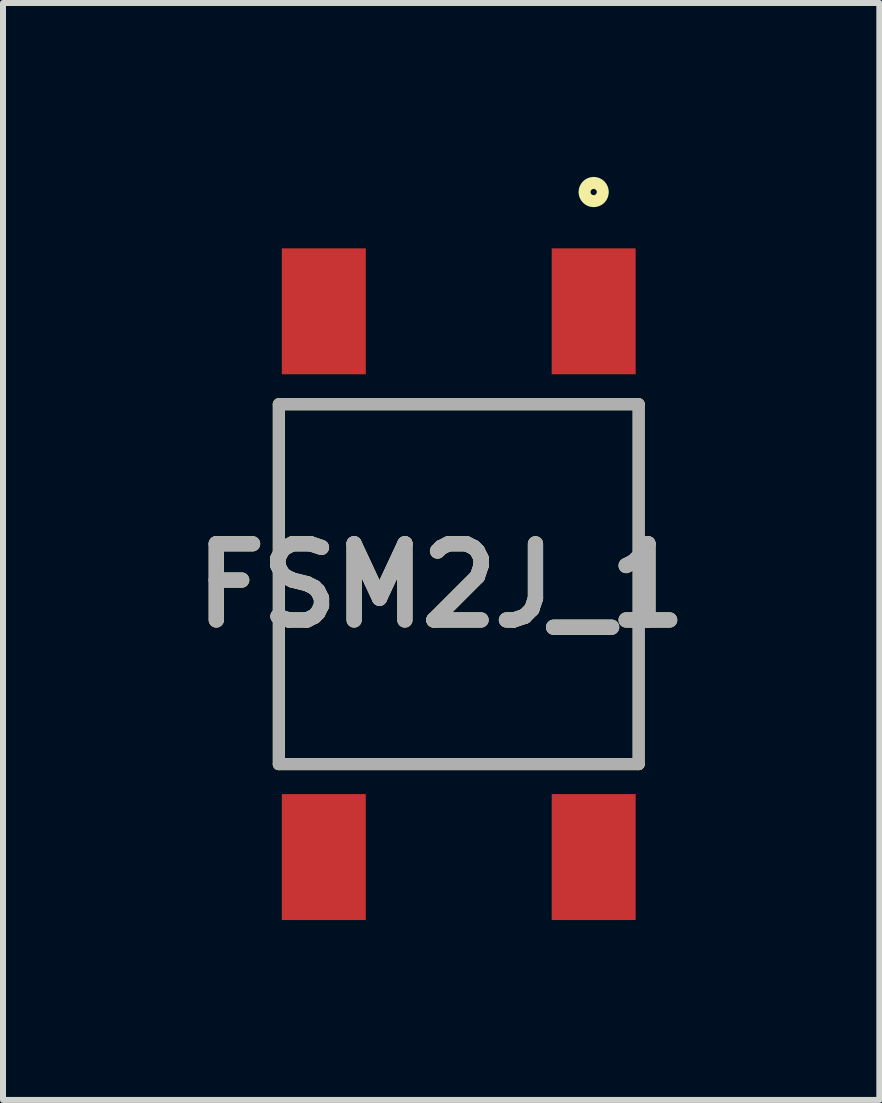
<source format=kicad_pcb>
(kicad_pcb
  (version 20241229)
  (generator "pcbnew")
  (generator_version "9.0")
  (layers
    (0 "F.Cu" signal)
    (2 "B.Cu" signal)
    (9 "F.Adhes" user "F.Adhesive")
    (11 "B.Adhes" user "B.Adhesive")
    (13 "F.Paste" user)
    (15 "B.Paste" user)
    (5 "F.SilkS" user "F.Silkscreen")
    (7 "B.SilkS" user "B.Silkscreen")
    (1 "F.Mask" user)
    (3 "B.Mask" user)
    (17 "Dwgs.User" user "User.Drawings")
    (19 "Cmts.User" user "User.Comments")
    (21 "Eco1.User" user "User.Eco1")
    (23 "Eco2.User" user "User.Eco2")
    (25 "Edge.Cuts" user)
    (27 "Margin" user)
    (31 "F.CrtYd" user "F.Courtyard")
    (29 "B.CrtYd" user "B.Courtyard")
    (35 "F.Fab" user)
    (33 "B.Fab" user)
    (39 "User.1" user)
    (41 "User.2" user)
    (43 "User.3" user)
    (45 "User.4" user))
  (footprint "FSM2J_1"
    (layer "F.Cu")
    (at 4.599 6.691)
    (property "Reference" "FSM2J_1" (at -0.293 0.022 0) (layer "F.SilkS") (effects (font (size 1.27 1.27) (thickness 0.254))))
    (attr smd)
    (fp_line (start -3 -3) (end -3 3) (stroke (width 0.2) (type solid)) (layer "F.SilkS"))
    (fp_line (start -3 3) (end 3 3) (stroke (width 0.2) (type solid)) (layer "F.SilkS"))
    (fp_line (start 3 -3) (end -3 -3) (stroke (width 0.2) (type solid)) (layer "F.SilkS"))
    (fp_line (start 3 3) (end 3 -3) (stroke (width 0.2) (type solid)) (layer "F.SilkS"))
    (fp_circle (center 2.25 -6.539) (end 2.25 -6.487) (stroke (width 0.2) (type solid)) (fill no) (layer "F.SilkS"))
    (fp_line (start -3 -3) (end 3 -3) (stroke (width 0.2) (type solid)) (layer "F.Fab"))
    (fp_line (start -3 3) (end -3 -3) (stroke (width 0.2) (type solid)) (layer "F.Fab"))
    (fp_line (start 3 -3) (end 3 3) (stroke (width 0.2) (type solid)) (layer "F.Fab"))
    (fp_line (start 3 3) (end -3 3) (stroke (width 0.2) (type solid)) (layer "F.Fab"))
    (fp_text user "${REFERENCE}" (at -0.293 0.022 0) (layer "F.Fab") (effects (font (size 1.27 1.27) (thickness 0.254))))
    (pad "1" smd rect (at 2.25 -4.55) (size 1.4 2.1) (layers "F.Cu" "F.Mask" "F.Paste"))
    (pad "2" smd rect (at 2.25 4.55) (size 1.4 2.1) (layers "F.Cu" "F.Mask" "F.Paste"))
    (pad "3" smd rect (at -2.25 -4.55) (size 1.4 2.1) (layers "F.Cu" "F.Mask" "F.Paste"))
    (pad "4" smd rect (at -2.25 4.55) (size 1.4 2.1) (layers "F.Cu" "F.Mask" "F.Paste")))
  (gr_rect
    (start -3 -3)
    (end 11.612 15.291)
    (stroke (width 0.1) (type default))
    (fill no)
    (layer "Edge.Cuts")))
</source>
